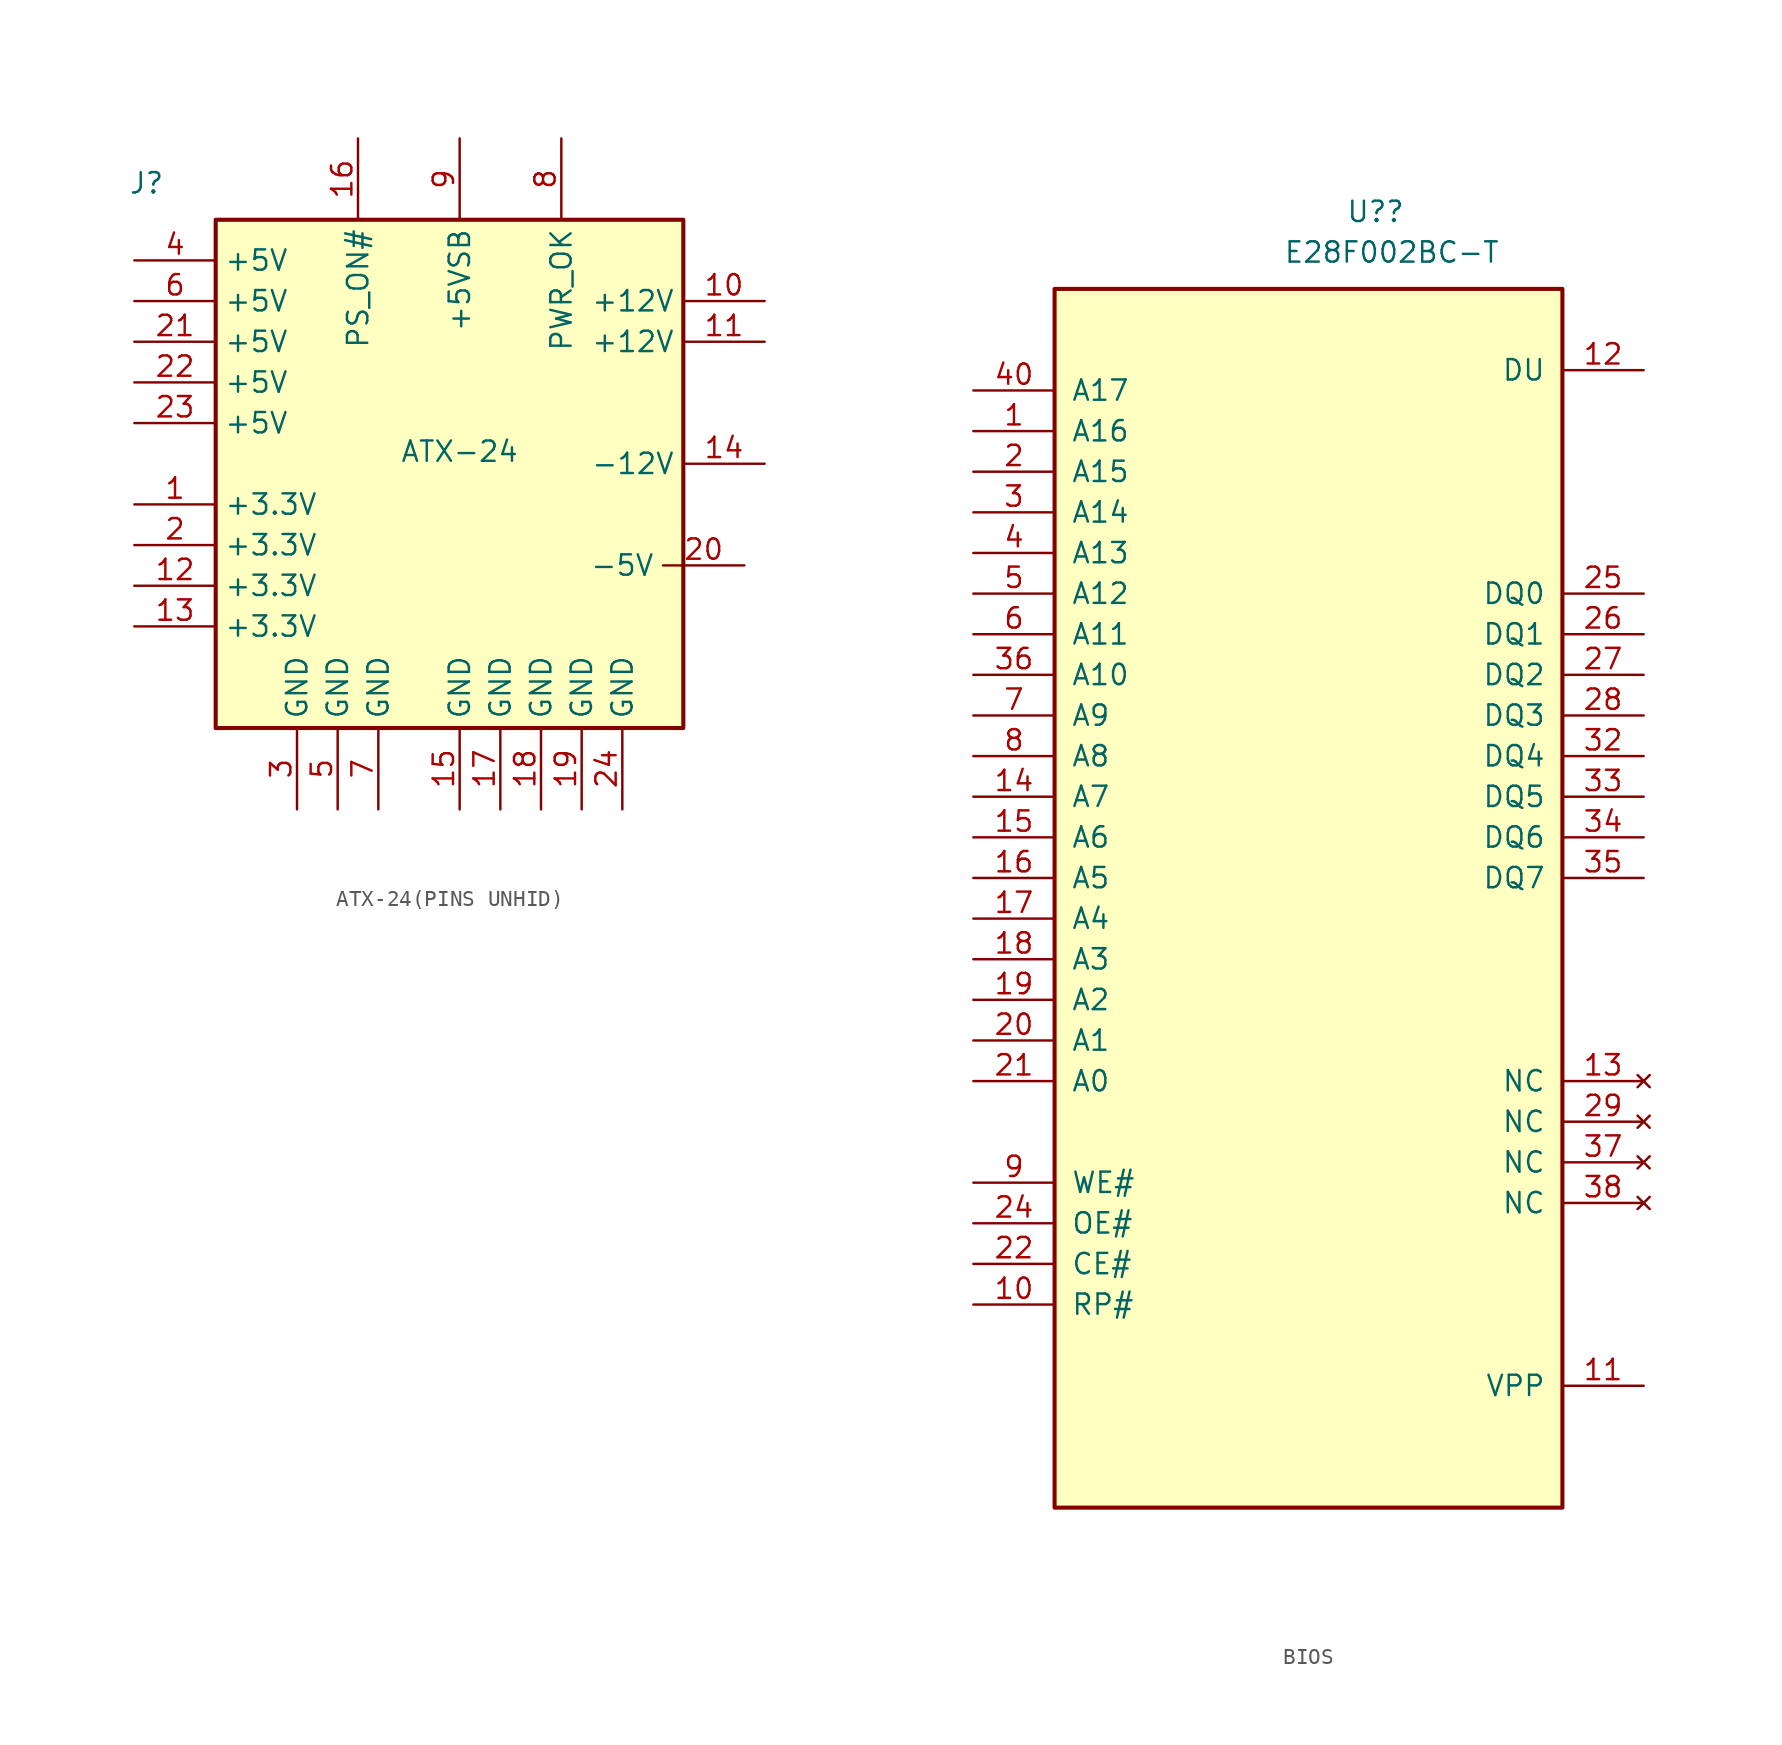
<source format=kicad_sym>
(kicad_symbol_lib
  (version 20240819)
  (generator "kicad_symbol_editor")
  (generator_version "8.99")
  (symbol "ATX-24(PINS UNHID)"
    (property "Reference" "J"
      (at -23.368 21.336 0)
      (effects (font (size 1.27 1.27))))
    (property "Value" "ATX-24"
      (at -3.81 4.572 0)
      (effects (font (size 1.27 1.27))))
    (symbol "ATX-24(PINS UNHID)_0_1"
      (rectangle (start -19.05 19.05) (end 10.16 -12.7) (stroke (width 0.254) (type default)) (fill (type background))))
    (symbol "ATX-24(PINS UNHID)_1_1"
      (pin power_out line (at -24.13 16.51 0) (length 5.08) (name "+5V" (effects (font (size 1.27 1.27)))) (number "4" (effects (font (size 1.27 1.27)))))
      (pin power_out line (at -24.13 13.97 0) (length 5.08) (name "+5V" (effects (font (size 1.27 1.27)))) (number "6" (effects (font (size 1.27 1.27)))))
      (pin power_out line (at -24.13 11.43 0) (length 5.08) (name "+5V" (effects (font (size 1.27 1.27)))) (number "21" (effects (font (size 1.27 1.27)))))
      (pin power_out line (at -24.13 8.89 0) (length 5.08) (name "+5V" (effects (font (size 1.27 1.27)))) (number "22" (effects (font (size 1.27 1.27)))))
      (pin power_out line (at -24.13 6.35 0) (length 5.08) (name "+5V" (effects (font (size 1.27 1.27)))) (number "23" (effects (font (size 1.27 1.27)))))
      (pin power_out line (at -24.13 1.27 0) (length 5.08) (name "+3.3V" (effects (font (size 1.27 1.27)))) (number "1" (effects (font (size 1.27 1.27)))))
      (pin power_out line (at -24.13 -1.27 0) (length 5.08) (name "+3.3V" (effects (font (size 1.27 1.27)))) (number "2" (effects (font (size 1.27 1.27)))))
      (pin power_out line (at -24.13 -3.81 0) (length 5.08) (name "+3.3V" (effects (font (size 1.27 1.27)))) (number "12" (effects (font (size 1.27 1.27)))))
      (pin power_out line (at -24.13 -6.35 0) (length 5.08) (name "+3.3V" (effects (font (size 1.27 1.27)))) (number "13" (effects (font (size 1.27 1.27)))))
      (pin power_out line (at -13.97 -17.78 90) (length 5.08) (name "GND" (effects (font (size 1.27 1.27)))) (number "3" (effects (font (size 1.27 1.27)))))
      (pin power_out line (at -11.43 -17.78 90) (length 5.08) (name "GND" (effects (font (size 1.27 1.27)))) (number "5" (effects (font (size 1.27 1.27)))))
      (pin open_collector line (at -10.16 24.13 270) (length 5.08) (name "PS_ON#" (effects (font (size 1.27 1.27)))) (number "16" (effects (font (size 1.27 1.27)))))
      (pin power_out line (at -8.89 -17.78 90) (length 5.08) (name "GND" (effects (font (size 1.27 1.27)))) (number "7" (effects (font (size 1.27 1.27)))))
      (pin power_out line (at -3.81 24.13 270) (length 5.08) (name "+5VSB" (effects (font (size 1.27 1.27)))) (number "9" (effects (font (size 1.27 1.27)))))
      (pin power_out line (at -3.81 -17.78 90) (length 5.08) (name "GND" (effects (font (size 1.27 1.27)))) (number "15" (effects (font (size 1.27 1.27)))))
      (pin power_out line (at -1.27 -17.78 90) (length 5.08) (name "GND" (effects (font (size 1.27 1.27)))) (number "17" (effects (font (size 1.27 1.27)))))
      (pin power_out line (at 1.27 -17.78 90) (length 5.08) (name "GND" (effects (font (size 1.27 1.27)))) (number "18" (effects (font (size 1.27 1.27)))))
      (pin power_out line (at 2.54 24.13 270) (length 5.08) (name "PWR_OK" (effects (font (size 1.27 1.27)))) (number "8" (effects (font (size 1.27 1.27)))))
      (pin power_out line (at 3.81 -17.78 90) (length 5.08) (name "GND" (effects (font (size 1.27 1.27)))) (number "19" (effects (font (size 1.27 1.27)))))
      (pin power_out line (at 6.35 -17.78 90) (length 5.08) (name "GND" (effects (font (size 1.27 1.27)))) (number "24" (effects (font (size 1.27 1.27)))))
      (pin power_out line (at 13.97 -2.54 180) (length 5.08) (name "-5V" (effects (font (size 1.27 1.27)))) (number "20" (effects (font (size 1.27 1.27)))))
      (pin power_out line (at 15.24 13.97 180) (length 5.08) (name "+12V" (effects (font (size 1.27 1.27)))) (number "10" (effects (font (size 1.27 1.27)))))
      (pin power_out line (at 15.24 11.43 180) (length 5.08) (name "+12V" (effects (font (size 1.27 1.27)))) (number "11" (effects (font (size 1.27 1.27)))))
      (pin power_out line (at 15.24 3.81 180) (length 5.08) (name "-12V" (effects (font (size 1.27 1.27)))) (number "14" (effects (font (size 1.27 1.27)))))))
  (symbol "BIOS"
    (pin_names
      (offset 1.016))
    (property "Reference" "U?"
      (at -34.544 65.786 0)
      (effects (font (size 1.27 1.27))))
    (property "Value" "E28F002BC-T"
      (at -33.528 63.246 0)
      (effects (font (size 1.27 1.27))))
    (symbol "BIOS_0_1"
      (rectangle (start -54.61 60.96) (end -22.86 -15.24) (stroke (width 0.254) (type default)) (fill (type background))))
    (symbol "BIOS_1_1"
      (pin unspecified line (at -59.69 54.61 0) (length 5.08) (name "A17" (effects (font (size 1.27 1.27)))) (number "40" (effects (font (size 1.27 1.27)))))
      (pin unspecified line (at -59.69 52.07 0) (length 5.08) (name "A16" (effects (font (size 1.27 1.27)))) (number "1" (effects (font (size 1.27 1.27)))))
      (pin unspecified line (at -59.69 49.53 0) (length 5.08) (name "A15" (effects (font (size 1.27 1.27)))) (number "2" (effects (font (size 1.27 1.27)))))
      (pin unspecified line (at -59.69 46.99 0) (length 5.08) (name "A14" (effects (font (size 1.27 1.27)))) (number "3" (effects (font (size 1.27 1.27)))))
      (pin unspecified line (at -59.69 44.45 0) (length 5.08) (name "A13" (effects (font (size 1.27 1.27)))) (number "4" (effects (font (size 1.27 1.27)))))
      (pin unspecified line (at -59.69 41.91 0) (length 5.08) (name "A12" (effects (font (size 1.27 1.27)))) (number "5" (effects (font (size 1.27 1.27)))))
      (pin unspecified line (at -59.69 39.37 0) (length 5.08) (name "A11" (effects (font (size 1.27 1.27)))) (number "6" (effects (font (size 1.27 1.27)))))
      (pin unspecified line (at -59.69 36.83 0) (length 5.08) (name "A10" (effects (font (size 1.27 1.27)))) (number "36" (effects (font (size 1.27 1.27)))))
      (pin unspecified line (at -59.69 34.29 0) (length 5.08) (name "A9" (effects (font (size 1.27 1.27)))) (number "7" (effects (font (size 1.27 1.27)))))
      (pin unspecified line (at -59.69 31.75 0) (length 5.08) (name "A8" (effects (font (size 1.27 1.27)))) (number "8" (effects (font (size 1.27 1.27)))))
      (pin unspecified line (at -59.69 29.21 0) (length 5.08) (name "A7" (effects (font (size 1.27 1.27)))) (number "14" (effects (font (size 1.27 1.27)))))
      (pin unspecified line (at -59.69 26.67 0) (length 5.08) (name "A6" (effects (font (size 1.27 1.27)))) (number "15" (effects (font (size 1.27 1.27)))))
      (pin unspecified line (at -59.69 24.13 0) (length 5.08) (name "A5" (effects (font (size 1.27 1.27)))) (number "16" (effects (font (size 1.27 1.27)))))
      (pin unspecified line (at -59.69 21.59 0) (length 5.08) (name "A4" (effects (font (size 1.27 1.27)))) (number "17" (effects (font (size 1.27 1.27)))))
      (pin unspecified line (at -59.69 19.05 0) (length 5.08) (name "A3" (effects (font (size 1.27 1.27)))) (number "18" (effects (font (size 1.27 1.27)))))
      (pin unspecified line (at -59.69 16.51 0) (length 5.08) (name "A2" (effects (font (size 1.27 1.27)))) (number "19" (effects (font (size 1.27 1.27)))))
      (pin unspecified line (at -59.69 13.97 0) (length 5.08) (name "A1" (effects (font (size 1.27 1.27)))) (number "20" (effects (font (size 1.27 1.27)))))
      (pin unspecified line (at -59.69 11.43 0) (length 5.08) (name "A0" (effects (font (size 1.27 1.27)))) (number "21" (effects (font (size 1.27 1.27)))))
      (pin unspecified line (at -59.69 5.08 0) (length 5.08) (name "WE#" (effects (font (size 1.27 1.27)))) (number "9" (effects (font (size 1.27 1.27)))))
      (pin unspecified line (at -59.69 2.54 0) (length 5.08) (name "OE#" (effects (font (size 1.27 1.27)))) (number "24" (effects (font (size 1.27 1.27)))))
      (pin unspecified line (at -59.69 0 0) (length 5.08) (name "CE#" (effects (font (size 1.27 1.27)))) (number "22" (effects (font (size 1.27 1.27)))))
      (pin unspecified line (at -59.69 -2.54 0) (length 5.08) (name "RP#" (effects (font (size 1.27 1.27)))) (number "10" (effects (font (size 1.27 1.27)))))
      (pin power_out line (at -17.78 55.88 180) (length 5.08) (name "DU" (effects (font (size 1.27 1.27)))) (number "12" (effects (font (size 1.27 1.27)))))
      (pin unspecified line (at -17.78 41.91 180) (length 5.08) (name "DQ0" (effects (font (size 1.27 1.27)))) (number "25" (effects (font (size 1.27 1.27)))))
      (pin unspecified line (at -17.78 39.37 180) (length 5.08) (name "DQ1" (effects (font (size 1.27 1.27)))) (number "26" (effects (font (size 1.27 1.27)))))
      (pin unspecified line (at -17.78 36.83 180) (length 5.08) (name "DQ2" (effects (font (size 1.27 1.27)))) (number "27" (effects (font (size 1.27 1.27)))))
      (pin unspecified line (at -17.78 34.29 180) (length 5.08) (name "DQ3" (effects (font (size 1.27 1.27)))) (number "28" (effects (font (size 1.27 1.27)))))
      (pin unspecified line (at -17.78 31.75 180) (length 5.08) (name "DQ4" (effects (font (size 1.27 1.27)))) (number "32" (effects (font (size 1.27 1.27)))))
      (pin unspecified line (at -17.78 29.21 180) (length 5.08) (name "DQ5" (effects (font (size 1.27 1.27)))) (number "33" (effects (font (size 1.27 1.27)))))
      (pin unspecified line (at -17.78 26.67 180) (length 5.08) (name "DQ6" (effects (font (size 1.27 1.27)))) (number "34" (effects (font (size 1.27 1.27)))))
      (pin unspecified line (at -17.78 24.13 180) (length 5.08) (name "DQ7" (effects (font (size 1.27 1.27)))) (number "35" (effects (font (size 1.27 1.27)))))
      (pin no_connect line (at -17.78 11.43 180) (length 5.08) (name "NC" (effects (font (size 1.27 1.27)))) (number "13" (effects (font (size 1.27 1.27)))))
      (pin no_connect line (at -17.78 8.89 180) (length 5.08) (name "NC" (effects (font (size 1.27 1.27)))) (number "29" (effects (font (size 1.27 1.27)))))
      (pin no_connect line (at -17.78 6.35 180) (length 5.08) (name "NC" (effects (font (size 1.27 1.27)))) (number "37" (effects (font (size 1.27 1.27)))))
      (pin no_connect line (at -17.78 3.81 180) (length 5.08) (name "NC" (effects (font (size 1.27 1.27)))) (number "38" (effects (font (size 1.27 1.27)))))
      (pin unspecified line (at -17.78 -7.62 180) (length 5.08) (name "VPP" (effects (font (size 1.27 1.27)))) (number "11" (effects (font (size 1.27 1.27))))))))
</source>
